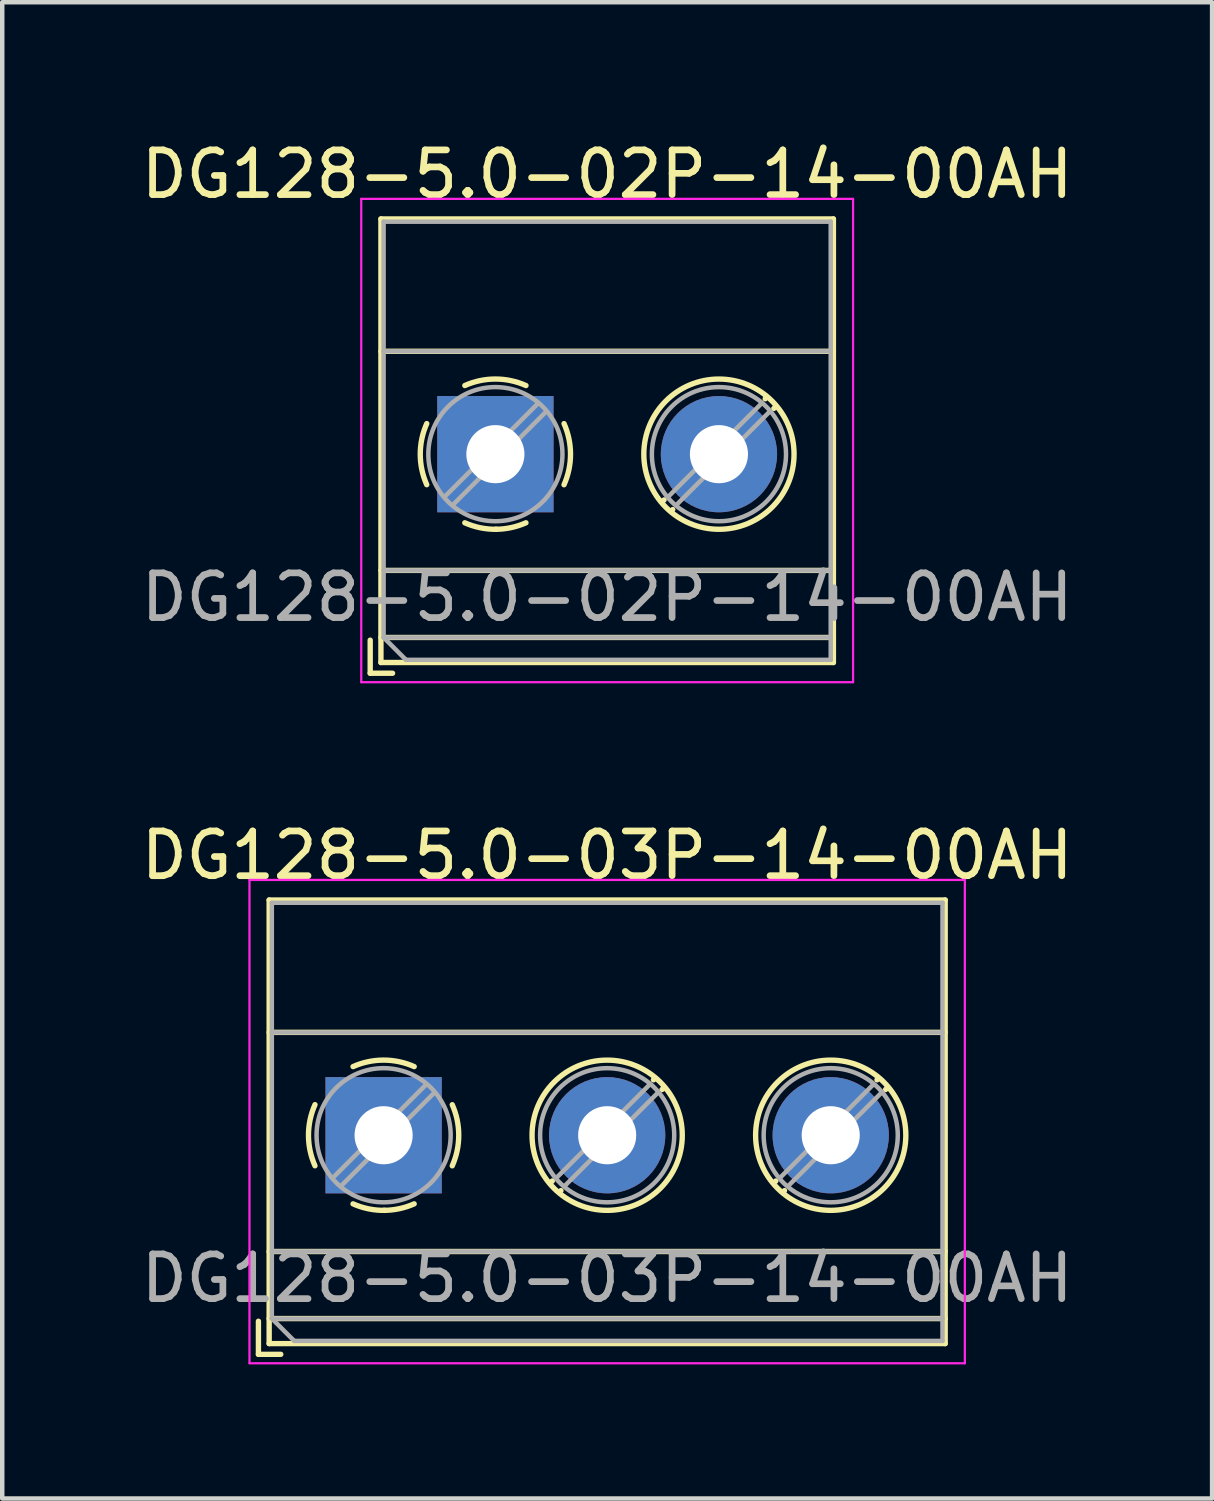
<source format=kicad_pcb>
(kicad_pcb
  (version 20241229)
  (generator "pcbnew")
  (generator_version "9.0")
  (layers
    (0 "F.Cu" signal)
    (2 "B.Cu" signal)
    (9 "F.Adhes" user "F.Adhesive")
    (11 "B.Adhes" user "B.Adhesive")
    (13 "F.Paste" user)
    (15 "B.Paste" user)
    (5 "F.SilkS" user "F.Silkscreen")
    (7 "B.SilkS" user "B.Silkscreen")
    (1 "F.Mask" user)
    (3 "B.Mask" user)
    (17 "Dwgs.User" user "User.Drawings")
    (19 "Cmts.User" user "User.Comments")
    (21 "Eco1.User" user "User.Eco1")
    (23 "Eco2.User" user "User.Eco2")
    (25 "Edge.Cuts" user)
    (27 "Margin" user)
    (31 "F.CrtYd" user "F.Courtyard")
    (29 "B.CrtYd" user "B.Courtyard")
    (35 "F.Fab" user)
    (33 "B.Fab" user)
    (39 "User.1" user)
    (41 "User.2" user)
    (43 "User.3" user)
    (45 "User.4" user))
  (footprint "DG128-5.0-03P-14-00AH"
    (layer "F.Cu")
    (at 5.53 22.341)
    (property "Reference" "DG128-5.0-03P-14-00AH" (at 5 -6.26 0) (layer "F.SilkS") (effects (font (size 1 1) (thickness 0.15))))
    (attr through_hole)
    (fp_line (start -2.8 4.16) (end -2.8 4.9) (stroke (width 0.12) (type solid)) (layer "F.SilkS"))
    (fp_line (start -2.8 4.9) (end -2.3 4.9) (stroke (width 0.12) (type solid)) (layer "F.SilkS"))
    (fp_line (start -2.56 -5.261) (end -2.56 4.66) (stroke (width 0.12) (type solid)) (layer "F.SilkS"))
    (fp_line (start -2.56 -5.261) (end 12.56 -5.261) (stroke (width 0.12) (type solid)) (layer "F.SilkS"))
    (fp_line (start -2.56 -2.301) (end 12.56 -2.301) (stroke (width 0.12) (type solid)) (layer "F.SilkS"))
    (fp_line (start -2.56 2.6) (end 12.56 2.6) (stroke (width 0.12) (type solid)) (layer "F.SilkS"))
    (fp_line (start -2.56 4.1) (end 12.56 4.1) (stroke (width 0.12) (type solid)) (layer "F.SilkS"))
    (fp_line (start -2.56 4.66) (end 12.56 4.66) (stroke (width 0.12) (type solid)) (layer "F.SilkS"))
    (fp_line (start 3.773 1.023) (end 3.726 1.069) (stroke (width 0.12) (type solid)) (layer "F.SilkS"))
    (fp_line (start 3.966 1.239) (end 3.931 1.274) (stroke (width 0.12) (type solid)) (layer "F.SilkS"))
    (fp_line (start 6.07 -1.275) (end 6.035 -1.239) (stroke (width 0.12) (type solid)) (layer "F.SilkS"))
    (fp_line (start 6.275 -1.069) (end 6.228 -1.023) (stroke (width 0.12) (type solid)) (layer "F.SilkS"))
    (fp_line (start 8.773 1.023) (end 8.726 1.069) (stroke (width 0.12) (type solid)) (layer "F.SilkS"))
    (fp_line (start 8.966 1.239) (end 8.931 1.274) (stroke (width 0.12) (type solid)) (layer "F.SilkS"))
    (fp_line (start 11.07 -1.275) (end 11.035 -1.239) (stroke (width 0.12) (type solid)) (layer "F.SilkS"))
    (fp_line (start 11.275 -1.069) (end 11.228 -1.023) (stroke (width 0.12) (type solid)) (layer "F.SilkS"))
    (fp_line (start 12.56 -5.261) (end 12.56 4.66) (stroke (width 0.12) (type solid)) (layer "F.SilkS"))
    (fp_arc (start -1.535427 0.683042) (mid -1.680501 -0.000524) (end -1.535 -0.684) (stroke (width 0.12) (type solid)) (layer "F.SilkS"))
    (fp_arc (start -0.683042 -1.535427) (mid 0.000524 -1.680501) (end 0.684 -1.535) (stroke (width 0.12) (type solid)) (layer "F.SilkS"))
    (fp_arc (start 0.028805 1.680253) (mid -0.335551 1.646659) (end -0.684 1.535) (stroke (width 0.12) (type solid)) (layer "F.SilkS"))
    (fp_arc (start 0.683318 1.534756) (mid 0.349292 1.643288) (end 0 1.68) (stroke (width 0.12) (type solid)) (layer "F.SilkS"))
    (fp_arc (start 1.535427 -0.683042) (mid 1.680501 0.000524) (end 1.535 0.684) (stroke (width 0.12) (type solid)) (layer "F.SilkS"))
    (fp_circle (center 5 0) (end 6.68 0) (stroke (width 0.12) (type solid)) (fill no) (layer "F.SilkS"))
    (fp_circle (center 10 0) (end 11.68 0) (stroke (width 0.12) (type solid)) (fill no) (layer "F.SilkS"))
    (fp_line (start -3 -5.71) (end -3 5.1) (stroke (width 0.05) (type solid)) (layer "F.CrtYd"))
    (fp_line (start -3 5.1) (end 13 5.1) (stroke (width 0.05) (type solid)) (layer "F.CrtYd"))
    (fp_line (start 13 -5.71) (end -3 -5.71) (stroke (width 0.05) (type solid)) (layer "F.CrtYd"))
    (fp_line (start 13 5.1) (end 13 -5.71) (stroke (width 0.05) (type solid)) (layer "F.CrtYd"))
    (fp_line (start -2.5 -5.2) (end 12.5 -5.2) (stroke (width 0.1) (type solid)) (layer "F.Fab"))
    (fp_line (start -2.5 -2.3) (end 12.5 -2.3) (stroke (width 0.1) (type solid)) (layer "F.Fab"))
    (fp_line (start -2.5 2.6) (end 12.5 2.6) (stroke (width 0.1) (type solid)) (layer "F.Fab"))
    (fp_line (start -2.5 4.1) (end -2.5 -5.2) (stroke (width 0.1) (type solid)) (layer "F.Fab"))
    (fp_line (start -2.5 4.1) (end 12.5 4.1) (stroke (width 0.1) (type solid)) (layer "F.Fab"))
    (fp_line (start -2 4.6) (end -2.5 4.1) (stroke (width 0.1) (type solid)) (layer "F.Fab"))
    (fp_line (start 0.955 -1.138) (end -1.138 0.955) (stroke (width 0.1) (type solid)) (layer "F.Fab"))
    (fp_line (start 1.138 -0.955) (end -0.955 1.138) (stroke (width 0.1) (type solid)) (layer "F.Fab"))
    (fp_line (start 5.955 -1.138) (end 3.863 0.955) (stroke (width 0.1) (type solid)) (layer "F.Fab"))
    (fp_line (start 6.138 -0.955) (end 4.046 1.138) (stroke (width 0.1) (type solid)) (layer "F.Fab"))
    (fp_line (start 10.955 -1.138) (end 8.863 0.955) (stroke (width 0.1) (type solid)) (layer "F.Fab"))
    (fp_line (start 11.138 -0.955) (end 9.046 1.138) (stroke (width 0.1) (type solid)) (layer "F.Fab"))
    (fp_line (start 12.5 -5.2) (end 12.5 4.6) (stroke (width 0.1) (type solid)) (layer "F.Fab"))
    (fp_line (start 12.5 4.6) (end -2 4.6) (stroke (width 0.1) (type solid)) (layer "F.Fab"))
    (fp_circle (center 0 0) (end 1.5 0) (stroke (width 0.1) (type solid)) (fill no) (layer "F.Fab"))
    (fp_circle (center 5 0) (end 6.5 0) (stroke (width 0.1) (type solid)) (fill no) (layer "F.Fab"))
    (fp_circle (center 10 0) (end 11.5 0) (stroke (width 0.1) (type solid)) (fill no) (layer "F.Fab"))
    (fp_text user "${REFERENCE}" (at 5 3.2 0) (layer "F.Fab") (effects (font (size 1 1) (thickness 0.15))))
    (pad "1" thru_hole rect (at 0 0) (size 2.6 2.6) (drill 1.3) (layers "*.Cu" "*.Mask"))
    (pad "2" thru_hole circle (at 5 0) (size 2.6 2.6) (drill 1.3) (layers "*.Cu" "*.Mask"))
    (pad "3" thru_hole circle (at 10 0) (size 2.6 2.6) (drill 1.3) (layers "*.Cu" "*.Mask")))
  (footprint "DG128-5.0-02P-14-00AH"
    (layer "F.Cu")
    (at 8.03 7.108)
    (property "Reference" "DG128-5.0-02P-14-00AH" (at 2.5 -6.26 0) (layer "F.SilkS") (effects (font (size 1 1) (thickness 0.15))))
    (attr through_hole)
    (fp_line (start -2.8 4.16) (end -2.8 4.9) (stroke (width 0.12) (type solid)) (layer "F.SilkS"))
    (fp_line (start -2.8 4.9) (end -2.3 4.9) (stroke (width 0.12) (type solid)) (layer "F.SilkS"))
    (fp_line (start -2.56 -5.261) (end -2.56 4.66) (stroke (width 0.12) (type solid)) (layer "F.SilkS"))
    (fp_line (start -2.56 -5.261) (end 7.56 -5.261) (stroke (width 0.12) (type solid)) (layer "F.SilkS"))
    (fp_line (start -2.56 -2.301) (end 7.56 -2.301) (stroke (width 0.12) (type solid)) (layer "F.SilkS"))
    (fp_line (start -2.56 2.6) (end 7.56 2.6) (stroke (width 0.12) (type solid)) (layer "F.SilkS"))
    (fp_line (start -2.56 4.1) (end 7.56 4.1) (stroke (width 0.12) (type solid)) (layer "F.SilkS"))
    (fp_line (start -2.56 4.66) (end 7.56 4.66) (stroke (width 0.12) (type solid)) (layer "F.SilkS"))
    (fp_line (start 3.773 1.023) (end 3.726 1.069) (stroke (width 0.12) (type solid)) (layer "F.SilkS"))
    (fp_line (start 3.966 1.239) (end 3.931 1.274) (stroke (width 0.12) (type solid)) (layer "F.SilkS"))
    (fp_line (start 6.07 -1.275) (end 6.035 -1.239) (stroke (width 0.12) (type solid)) (layer "F.SilkS"))
    (fp_line (start 6.275 -1.069) (end 6.228 -1.023) (stroke (width 0.12) (type solid)) (layer "F.SilkS"))
    (fp_line (start 7.56 -5.261) (end 7.56 4.66) (stroke (width 0.12) (type solid)) (layer "F.SilkS"))
    (fp_arc (start -1.535427 0.683042) (mid -1.680501 -0.000524) (end -1.535 -0.684) (stroke (width 0.12) (type solid)) (layer "F.SilkS"))
    (fp_arc (start -0.683042 -1.535427) (mid 0.000524 -1.680501) (end 0.684 -1.535) (stroke (width 0.12) (type solid)) (layer "F.SilkS"))
    (fp_arc (start 0.028805 1.680253) (mid -0.335551 1.646659) (end -0.684 1.535) (stroke (width 0.12) (type solid)) (layer "F.SilkS"))
    (fp_arc (start 0.683318 1.534756) (mid 0.349292 1.643288) (end 0 1.68) (stroke (width 0.12) (type solid)) (layer "F.SilkS"))
    (fp_arc (start 1.535427 -0.683042) (mid 1.680501 0.000524) (end 1.535 0.684) (stroke (width 0.12) (type solid)) (layer "F.SilkS"))
    (fp_circle (center 5 0) (end 6.68 0) (stroke (width 0.12) (type solid)) (fill no) (layer "F.SilkS"))
    (fp_line (start -3 -5.71) (end -3 5.1) (stroke (width 0.05) (type solid)) (layer "F.CrtYd"))
    (fp_line (start -3 5.1) (end 8 5.1) (stroke (width 0.05) (type solid)) (layer "F.CrtYd"))
    (fp_line (start 8 -5.71) (end -3 -5.71) (stroke (width 0.05) (type solid)) (layer "F.CrtYd"))
    (fp_line (start 8 5.1) (end 8 -5.71) (stroke (width 0.05) (type solid)) (layer "F.CrtYd"))
    (fp_line (start -2.5 -5.2) (end 7.5 -5.2) (stroke (width 0.1) (type solid)) (layer "F.Fab"))
    (fp_line (start -2.5 -2.3) (end 7.5 -2.3) (stroke (width 0.1) (type solid)) (layer "F.Fab"))
    (fp_line (start -2.5 2.6) (end 7.5 2.6) (stroke (width 0.1) (type solid)) (layer "F.Fab"))
    (fp_line (start -2.5 4.1) (end -2.5 -5.2) (stroke (width 0.1) (type solid)) (layer "F.Fab"))
    (fp_line (start -2.5 4.1) (end 7.5 4.1) (stroke (width 0.1) (type solid)) (layer "F.Fab"))
    (fp_line (start -2 4.6) (end -2.5 4.1) (stroke (width 0.1) (type solid)) (layer "F.Fab"))
    (fp_line (start 0.955 -1.138) (end -1.138 0.955) (stroke (width 0.1) (type solid)) (layer "F.Fab"))
    (fp_line (start 1.138 -0.955) (end -0.955 1.138) (stroke (width 0.1) (type solid)) (layer "F.Fab"))
    (fp_line (start 5.955 -1.138) (end 3.863 0.955) (stroke (width 0.1) (type solid)) (layer "F.Fab"))
    (fp_line (start 6.138 -0.955) (end 4.046 1.138) (stroke (width 0.1) (type solid)) (layer "F.Fab"))
    (fp_line (start 7.5 -5.2) (end 7.5 4.6) (stroke (width 0.1) (type solid)) (layer "F.Fab"))
    (fp_line (start 7.5 4.6) (end -2 4.6) (stroke (width 0.1) (type solid)) (layer "F.Fab"))
    (fp_circle (center 0 0) (end 1.5 0) (stroke (width 0.1) (type solid)) (fill no) (layer "F.Fab"))
    (fp_circle (center 5 0) (end 6.5 0) (stroke (width 0.1) (type solid)) (fill no) (layer "F.Fab"))
    (fp_text user "${REFERENCE}" (at 2.5 3.2 0) (layer "F.Fab") (effects (font (size 1 1) (thickness 0.15))))
    (pad "1" thru_hole rect (at 0 0) (size 2.6 2.6) (drill 1.3) (layers "*.Cu" "*.Mask"))
    (pad "2" thru_hole circle (at 5 0) (size 2.6 2.6) (drill 1.3) (layers "*.Cu" "*.Mask")))
  (gr_rect
    (start -3 -3)
    (end 24.06 30.466)
    (stroke (width 0.1) (type default))
    (fill no)
    (layer "Edge.Cuts")))
</source>
